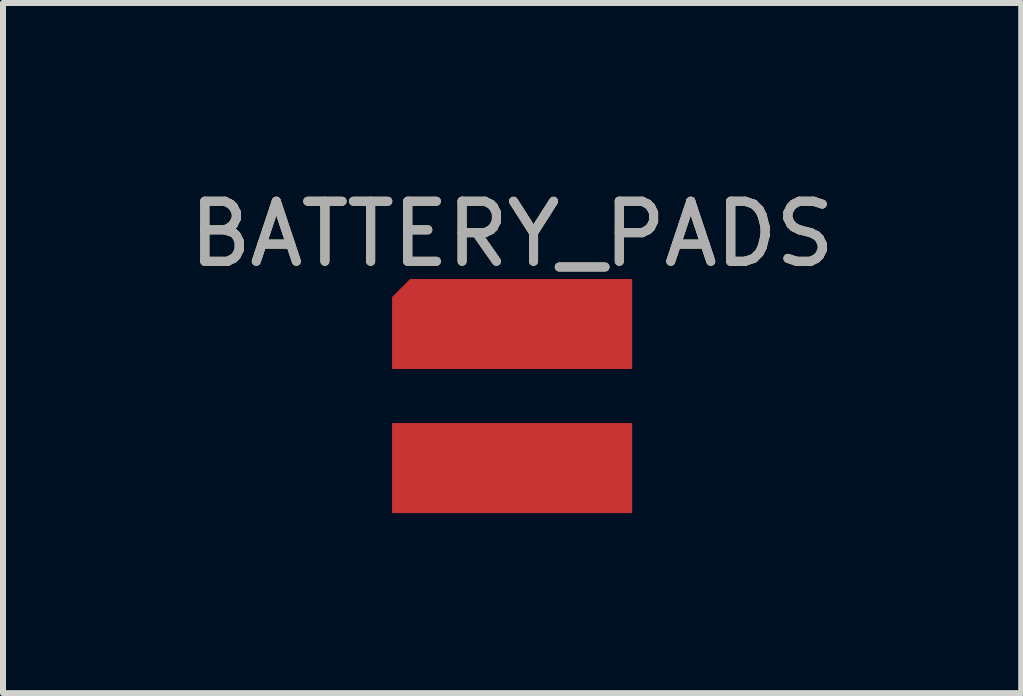
<source format=kicad_pcb>
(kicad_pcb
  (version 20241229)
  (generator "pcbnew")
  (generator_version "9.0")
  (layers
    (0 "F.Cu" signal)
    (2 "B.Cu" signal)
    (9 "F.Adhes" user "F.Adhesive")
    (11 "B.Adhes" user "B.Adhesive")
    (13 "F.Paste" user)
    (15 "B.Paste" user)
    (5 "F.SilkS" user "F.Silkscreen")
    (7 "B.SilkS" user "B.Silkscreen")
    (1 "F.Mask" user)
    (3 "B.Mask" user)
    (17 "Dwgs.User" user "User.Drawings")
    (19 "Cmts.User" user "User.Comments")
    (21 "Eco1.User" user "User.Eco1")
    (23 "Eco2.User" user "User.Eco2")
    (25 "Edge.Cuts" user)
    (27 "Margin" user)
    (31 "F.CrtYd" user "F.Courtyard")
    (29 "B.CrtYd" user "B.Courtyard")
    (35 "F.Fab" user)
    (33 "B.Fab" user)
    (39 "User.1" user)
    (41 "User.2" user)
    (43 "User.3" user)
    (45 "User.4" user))
  (footprint "BATTERY_PADS"
    (layer "F.Cu")
    (at 5.482 3.548)
    (property "Reference" "BATTERY_PADS" (at 0 -2.7 0) (unlocked yes) (layer "F.SilkS") (effects (font (size 1 1) (thickness 0.15))))
    (attr smd)
    (fp_text user "${REFERENCE}" (at 0 -2.7 0) (unlocked yes) (layer "F.Fab") (effects (font (size 1 1) (thickness 0.15))))
    (pad "1" smd roundrect (at 0 -1.2) (size 4 1.5) (layers "F.Cu" "F.Mask" "F.Paste") (roundrect_rratio 0) (chamfer_ratio 0.2) (chamfer top_left))
    (pad "2" smd rect (at 0 1.2) (size 4 1.5) (layers "F.Cu" "F.Mask" "F.Paste")))
  (gr_rect
    (start -3 -3)
    (end 13.964 8.498)
    (stroke (width 0.1) (type default))
    (fill no)
    (layer "Edge.Cuts")))
</source>
